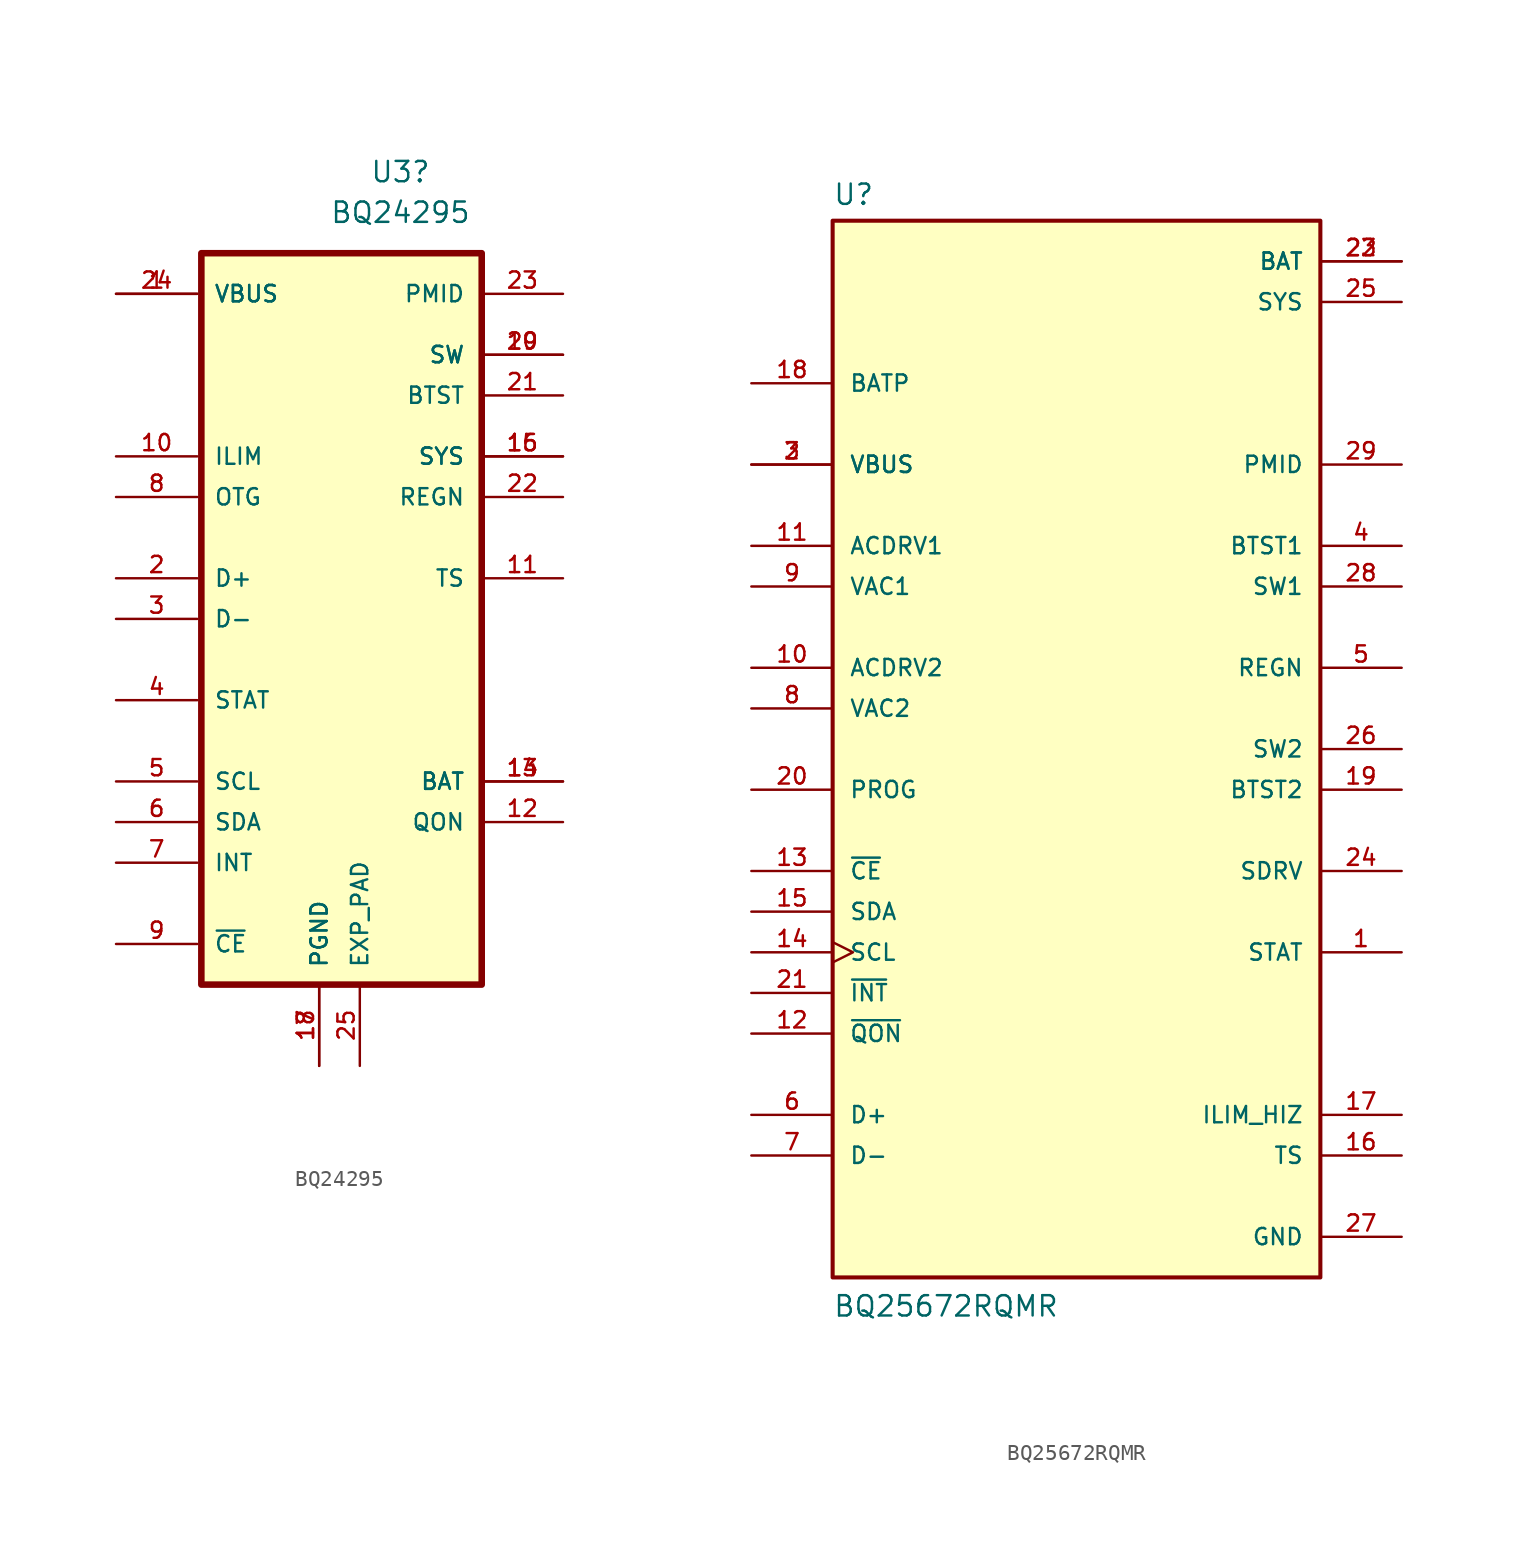
<source format=kicad_sym>
(kicad_symbol_lib
  (version 20241209)
  (generator "kicad_symbol_editor")
  (generator_version "9.0")
  (symbol "BQ24295"
    (pin_names
      (offset 1.016))
    (property "Reference" "U3"
      (at 0 33.02 0)
      (effects (font (size 1.27 1.27))))
    (property "Value" "BQ24295"
      (at 0 30.48 0)
      (effects (font (size 1.27 1.27))))
    (symbol "BQ24295_0_0"
      (rectangle (start -12.446 27.94) (end 5.08 -17.78) (stroke (width 0.41) (type default)) (fill (type background)))
      (pin power_in line (at -17.78 25.4 0) (length 5.08) (name "VBUS" (effects (font (size 1.016 1.016)))) (number "1" (effects (font (size 1.016 1.016)))))
      (pin power_in line (at -17.78 25.4 0) (length 5.08) (name "VBUS" (effects (font (size 1.016 1.016)))) (number "24" (effects (font (size 1.016 1.016)))))
      (pin input line (at -17.78 15.24 0) (length 5.08) (name "ILIM" (effects (font (size 1.016 1.016)))) (number "10" (effects (font (size 1.016 1.016)))))
      (pin input line (at -17.78 12.7 0) (length 5.08) (name "OTG" (effects (font (size 1.016 1.016)))) (number "8" (effects (font (size 1.016 1.016)))))
      (pin input line (at -17.78 7.62 0) (length 5.08) (name "D+" (effects (font (size 1.016 1.016)))) (number "2" (effects (font (size 1.016 1.016)))))
      (pin input line (at -17.78 5.08 0) (length 5.08) (name "D-" (effects (font (size 1.016 1.016)))) (number "3" (effects (font (size 1.016 1.016)))))
      (pin output line (at -17.78 0 0) (length 5.08) (name "STAT" (effects (font (size 1.016 1.016)))) (number "4" (effects (font (size 1.016 1.016)))))
      (pin input line (at -17.78 -5.08 0) (length 5.08) (name "SCL" (effects (font (size 1.016 1.016)))) (number "5" (effects (font (size 1.016 1.016)))))
      (pin bidirectional line (at -17.78 -7.62 0) (length 5.08) (name "SDA" (effects (font (size 1.016 1.016)))) (number "6" (effects (font (size 1.016 1.016)))))
      (pin output line (at -17.78 -10.16 0) (length 5.08) (name "INT" (effects (font (size 1.016 1.016)))) (number "7" (effects (font (size 1.016 1.016)))))
      (pin input line (at -17.78 -15.24 0) (length 5.08) (name "~{CE}" (effects (font (size 1.016 1.016)))) (number "9" (effects (font (size 1.016 1.016)))))
      (pin power_in line (at -5.08 -22.86 90) (length 5.08) (name "PGND" (effects (font (size 1.016 1.016)))) (number "17" (effects (font (size 1.016 1.016)))))
      (pin power_in line (at -5.08 -22.86 90) (length 5.08) (name "PGND" (effects (font (size 1.016 1.016)))) (number "18" (effects (font (size 1.016 1.016)))))
      (pin power_in line (at -2.54 -22.86 90) (length 5.08) (name "EXP_PAD" (effects (font (size 1.016 1.016)))) (number "25" (effects (font (size 1.016 1.016)))))
      (pin power_out line (at 10.16 21.59 180) (length 5.08) (name "SW" (effects (font (size 1.016 1.016)))) (number "19" (effects (font (size 1.016 1.016)))))
      (pin power_out line (at 10.16 21.59 180) (length 5.08) (name "SW" (effects (font (size 1.016 1.016)))) (number "20" (effects (font (size 1.016 1.016)))))
      (pin power_in line (at 10.16 19.05 180) (length 5.08) (name "BTST" (effects (font (size 1.016 1.016)))) (number "21" (effects (font (size 1.016 1.016)))))
      (pin power_in line (at 10.16 15.24 180) (length 5.08) (name "SYS" (effects (font (size 1.016 1.016)))) (number "15" (effects (font (size 1.016 1.016)))))
      (pin power_in line (at 10.16 15.24 180) (length 5.08) (name "SYS" (effects (font (size 1.016 1.016)))) (number "16" (effects (font (size 1.016 1.016)))))
      (pin power_out line (at 10.16 12.7 180) (length 5.08) (name "REGN" (effects (font (size 1.016 1.016)))) (number "22" (effects (font (size 1.016 1.016)))))
      (pin input line (at 10.16 7.62 180) (length 5.08) (name "TS" (effects (font (size 1.016 1.016)))) (number "11" (effects (font (size 1.016 1.016)))))
      (pin input line (at 10.16 -5.08 180) (length 5.08) (name "BAT" (effects (font (size 1.016 1.016)))) (number "13" (effects (font (size 1.016 1.016)))))
      (pin input line (at 10.16 -5.08 180) (length 5.08) (name "BAT" (effects (font (size 1.016 1.016)))) (number "14" (effects (font (size 1.016 1.016)))))
      (pin input line (at 10.16 -7.62 180) (length 5.08) (name "QON" (effects (font (size 1.016 1.016)))) (number "12" (effects (font (size 1.016 1.016))))))
    (symbol "BQ24295_1_0"
      (pin power_out line (at 10.16 25.4 180) (length 5.08) (name "PMID" (effects (font (size 1.016 1.016)))) (number "23" (effects (font (size 1.016 1.016)))))))
  (symbol "BQ25672RQMR"
    (pin_names
      (offset 1.016))
    (property "Reference" "U"
      (at -15.24 33.909 0)
      (effects (font (size 1.27 1.27)) (justify left bottom)))
    (property "Value" "BQ25672RQMR"
      (at -15.24 -35.56 0)
      (effects (font (size 1.27 1.27)) (justify left bottom)))
    (symbol "BQ25672RQMR_0_0"
      (rectangle (start -15.24 33.02) (end 15.24 -33.02) (stroke (width 0.254) (type default)) (fill (type background)))
      (pin input line (at -20.32 22.86 0) (length 5.08) (name "BATP" (effects (font (size 1.016 1.016)))) (number "18" (effects (font (size 1.016 1.016)))))
      (pin input line (at -20.32 17.78 0) (length 5.08) (name "VBUS" (effects (font (size 1.016 1.016)))) (number "2" (effects (font (size 1.016 1.016)))))
      (pin input line (at -20.32 17.78 0) (length 5.08) (name "VBUS" (effects (font (size 1.016 1.016)))) (number "3" (effects (font (size 1.016 1.016)))))
      (pin input line (at -20.32 12.7 0) (length 5.08) (name "ACDRV1" (effects (font (size 1.016 1.016)))) (number "11" (effects (font (size 1.016 1.016)))))
      (pin input line (at -20.32 10.16 0) (length 5.08) (name "VAC1" (effects (font (size 1.016 1.016)))) (number "9" (effects (font (size 1.016 1.016)))))
      (pin input line (at -20.32 5.08 0) (length 5.08) (name "ACDRV2" (effects (font (size 1.016 1.016)))) (number "10" (effects (font (size 1.016 1.016)))))
      (pin input line (at -20.32 2.54 0) (length 5.08) (name "VAC2" (effects (font (size 1.016 1.016)))) (number "8" (effects (font (size 1.016 1.016)))))
      (pin input line (at -20.32 -2.54 0) (length 5.08) (name "PROG" (effects (font (size 1.016 1.016)))) (number "20" (effects (font (size 1.016 1.016)))))
      (pin input line (at -20.32 -7.62 0) (length 5.08) (name "~{CE}" (effects (font (size 1.016 1.016)))) (number "13" (effects (font (size 1.016 1.016)))))
      (pin bidirectional line (at -20.32 -10.16 0) (length 5.08) (name "SDA" (effects (font (size 1.016 1.016)))) (number "15" (effects (font (size 1.016 1.016)))))
      (pin input clock (at -20.32 -12.7 0) (length 5.08) (name "SCL" (effects (font (size 1.016 1.016)))) (number "14" (effects (font (size 1.016 1.016)))))
      (pin output line (at -20.32 -15.24 0) (length 5.08) (name "~{INT}" (effects (font (size 1.016 1.016)))) (number "21" (effects (font (size 1.016 1.016)))))
      (pin input line (at -20.32 -17.78 0) (length 5.08) (name "~{QON}" (effects (font (size 1.016 1.016)))) (number "12" (effects (font (size 1.016 1.016)))))
      (pin bidirectional line (at -20.32 -22.86 0) (length 5.08) (name "D+" (effects (font (size 1.016 1.016)))) (number "6" (effects (font (size 1.016 1.016)))))
      (pin bidirectional line (at -20.32 -25.4 0) (length 5.08) (name "D-" (effects (font (size 1.016 1.016)))) (number "7" (effects (font (size 1.016 1.016)))))
      (pin power_in line (at 20.32 30.48 180) (length 5.08) (name "BAT" (effects (font (size 1.016 1.016)))) (number "22" (effects (font (size 1.016 1.016)))))
      (pin power_in line (at 20.32 30.48 180) (length 5.08) (name "BAT" (effects (font (size 1.016 1.016)))) (number "23" (effects (font (size 1.016 1.016)))))
      (pin power_in line (at 20.32 27.94 180) (length 5.08) (name "SYS" (effects (font (size 1.016 1.016)))) (number "25" (effects (font (size 1.016 1.016)))))
      (pin input line (at 20.32 17.78 180) (length 5.08) (name "PMID" (effects (font (size 1.016 1.016)))) (number "29" (effects (font (size 1.016 1.016)))))
      (pin passive line (at 20.32 12.7 180) (length 5.08) (name "BTST1" (effects (font (size 1.016 1.016)))) (number "4" (effects (font (size 1.016 1.016)))))
      (pin passive line (at 20.32 10.16 180) (length 5.08) (name "SW1" (effects (font (size 1.016 1.016)))) (number "28" (effects (font (size 1.016 1.016)))))
      (pin output line (at 20.32 5.08 180) (length 5.08) (name "REGN" (effects (font (size 1.016 1.016)))) (number "5" (effects (font (size 1.016 1.016)))))
      (pin passive line (at 20.32 0 180) (length 5.08) (name "SW2" (effects (font (size 1.016 1.016)))) (number "26" (effects (font (size 1.016 1.016)))))
      (pin passive line (at 20.32 -2.54 180) (length 5.08) (name "BTST2" (effects (font (size 1.016 1.016)))) (number "19" (effects (font (size 1.016 1.016)))))
      (pin output line (at 20.32 -7.62 180) (length 5.08) (name "SDRV" (effects (font (size 1.016 1.016)))) (number "24" (effects (font (size 1.016 1.016)))))
      (pin output line (at 20.32 -12.7 180) (length 5.08) (name "STAT" (effects (font (size 1.016 1.016)))) (number "1" (effects (font (size 1.016 1.016)))))
      (pin passive line (at 20.32 -22.86 180) (length 5.08) (name "ILIM_HIZ" (effects (font (size 1.016 1.016)))) (number "17" (effects (font (size 1.016 1.016)))))
      (pin passive line (at 20.32 -25.4 180) (length 5.08) (name "TS" (effects (font (size 1.016 1.016)))) (number "16" (effects (font (size 1.016 1.016)))))
      (pin power_in line (at 20.32 -30.48 180) (length 5.08) (name "GND" (effects (font (size 1.016 1.016)))) (number "27" (effects (font (size 1.016 1.016))))))))
</source>
